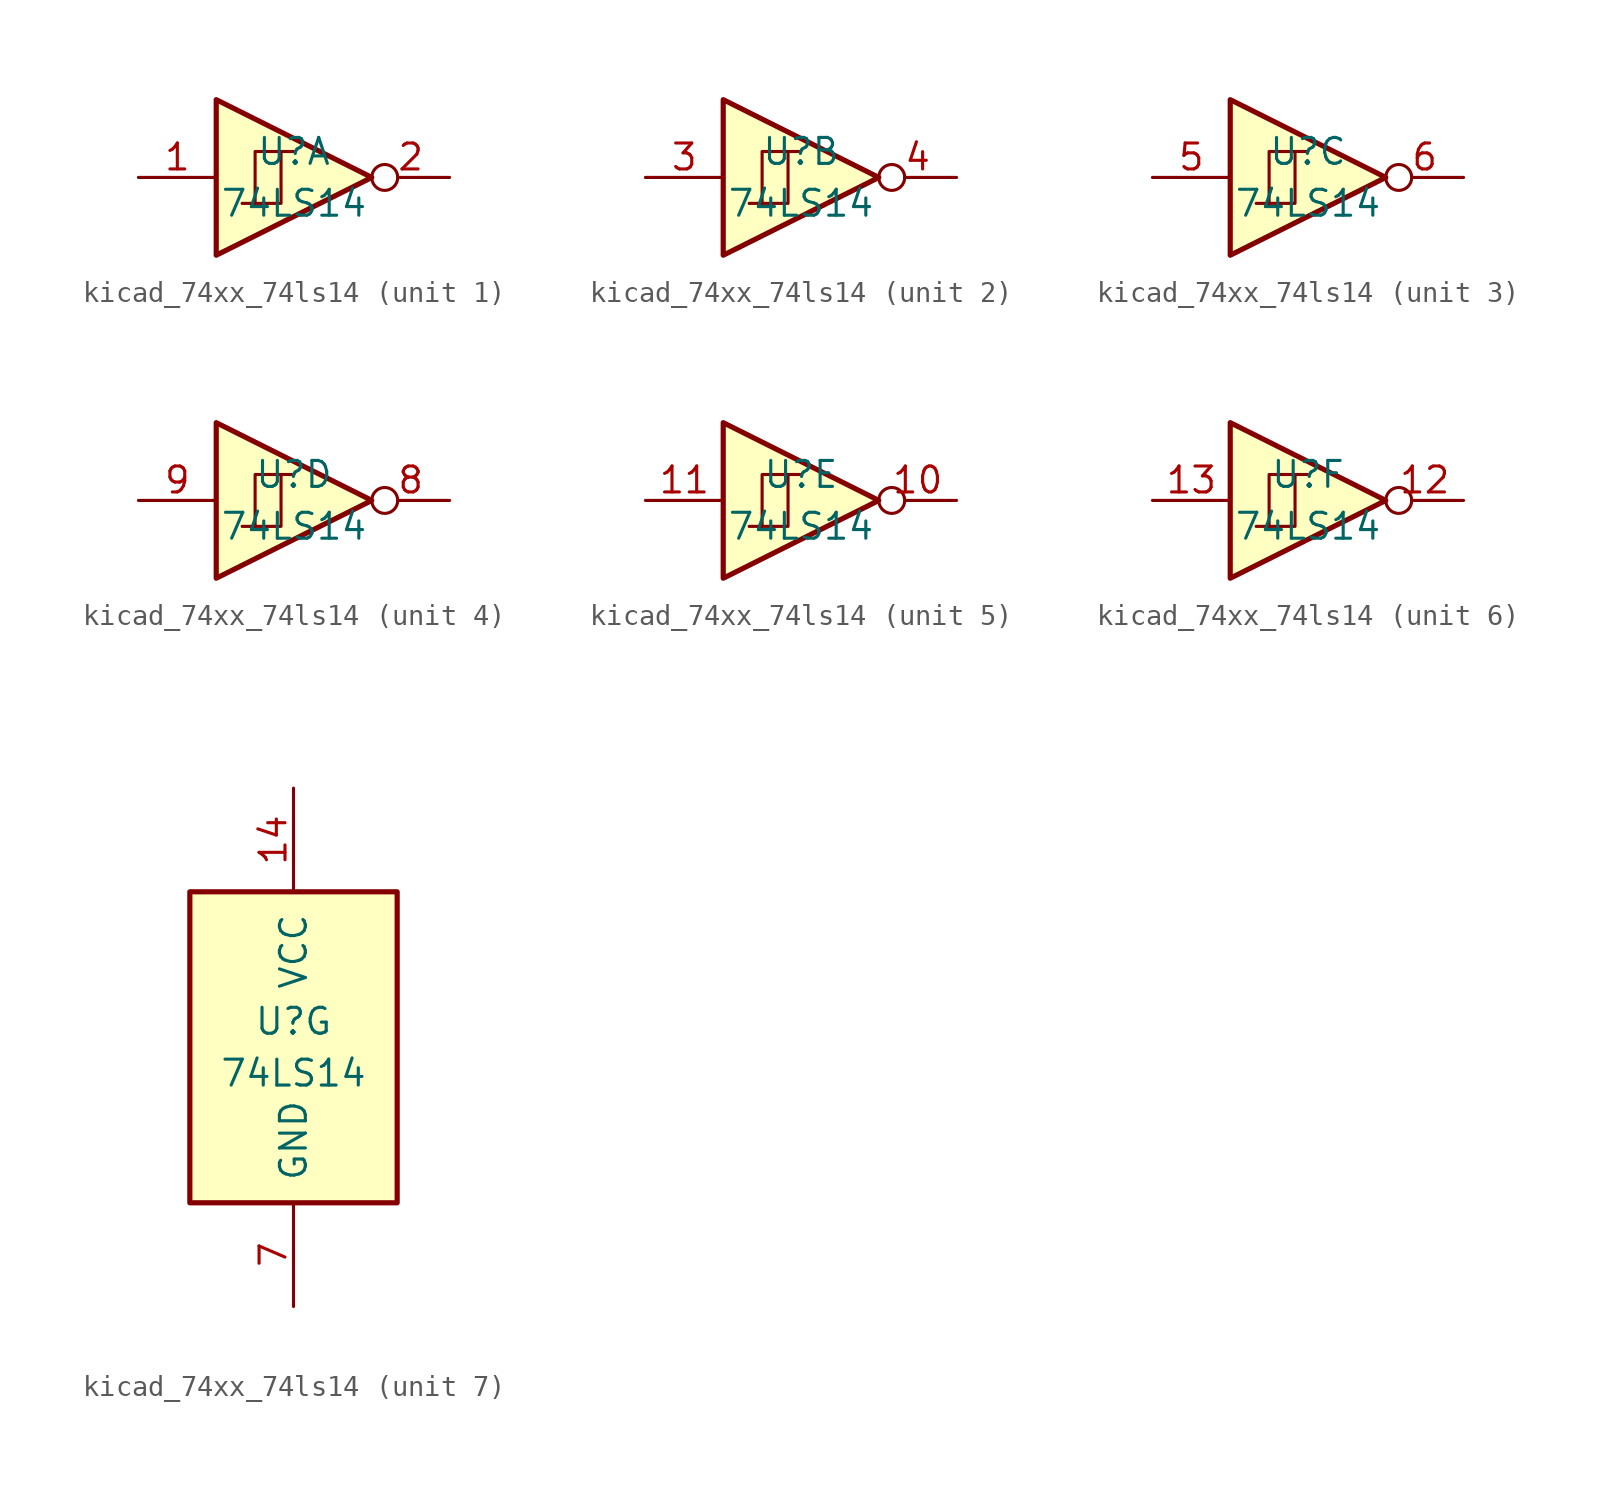
<source format=kicad_sym>
(kicad_symbol_lib
  (version 20220914)
  (generator kicad_symbol_editor)
  (symbol "kicad_74xx_74ls14"
    (pin_names
      (offset 1.016))
    (property "Reference" "U"
      (at 0 1.27 0)
      (effects (font (size 1.27 1.27))))
    (property "Value" "74LS14"
      (at 0 -1.27 0)
      (effects (font (size 1.27 1.27))))
    (property "ki_locked" ""
      (at 0 0 0)
      (effects (font (size 1.27 1.27))))
    (symbol "kicad_74xx_74ls14_1_0"
      (polyline (pts (xy -3.81 3.81) (xy -3.81 -3.81) (xy 3.81 0) (xy -3.81 3.81)) (stroke (width 0.254) (type default)) (fill (type background)))
      (pin input line (at -7.62 0 0) (length 3.81) (name "~" (effects (font (size 1.27 1.27)))) (number "1" (effects (font (size 1.27 1.27)))))
      (pin output inverted (at 7.62 0 180) (length 3.81) (name "~" (effects (font (size 1.27 1.27)))) (number "2" (effects (font (size 1.27 1.27))))))
    (symbol "kicad_74xx_74ls14_1_1"
      (polyline (pts (xy -1.905 -1.27) (xy -1.905 1.27) (xy -0.635 1.27)) (stroke (width 0) (type default)) (fill (type none)))
      (polyline (pts (xy -2.54 -1.27) (xy -0.635 -1.27) (xy -0.635 1.27) (xy 0 1.27)) (stroke (width 0) (type default)) (fill (type none))))
    (symbol "kicad_74xx_74ls14_2_0"
      (polyline (pts (xy -3.81 3.81) (xy -3.81 -3.81) (xy 3.81 0) (xy -3.81 3.81)) (stroke (width 0.254) (type default)) (fill (type background)))
      (pin input line (at -7.62 0 0) (length 3.81) (name "~" (effects (font (size 1.27 1.27)))) (number "3" (effects (font (size 1.27 1.27)))))
      (pin output inverted (at 7.62 0 180) (length 3.81) (name "~" (effects (font (size 1.27 1.27)))) (number "4" (effects (font (size 1.27 1.27))))))
    (symbol "kicad_74xx_74ls14_2_1"
      (polyline (pts (xy -1.905 -1.27) (xy -1.905 1.27) (xy -0.635 1.27)) (stroke (width 0) (type default)) (fill (type none)))
      (polyline (pts (xy -2.54 -1.27) (xy -0.635 -1.27) (xy -0.635 1.27) (xy 0 1.27)) (stroke (width 0) (type default)) (fill (type none))))
    (symbol "kicad_74xx_74ls14_3_0"
      (polyline (pts (xy -3.81 3.81) (xy -3.81 -3.81) (xy 3.81 0) (xy -3.81 3.81)) (stroke (width 0.254) (type default)) (fill (type background)))
      (pin input line (at -7.62 0 0) (length 3.81) (name "~" (effects (font (size 1.27 1.27)))) (number "5" (effects (font (size 1.27 1.27)))))
      (pin output inverted (at 7.62 0 180) (length 3.81) (name "~" (effects (font (size 1.27 1.27)))) (number "6" (effects (font (size 1.27 1.27))))))
    (symbol "kicad_74xx_74ls14_3_1"
      (polyline (pts (xy -1.905 -1.27) (xy -1.905 1.27) (xy -0.635 1.27)) (stroke (width 0) (type default)) (fill (type none)))
      (polyline (pts (xy -2.54 -1.27) (xy -0.635 -1.27) (xy -0.635 1.27) (xy 0 1.27)) (stroke (width 0) (type default)) (fill (type none))))
    (symbol "kicad_74xx_74ls14_4_0"
      (polyline (pts (xy -3.81 3.81) (xy -3.81 -3.81) (xy 3.81 0) (xy -3.81 3.81)) (stroke (width 0.254) (type default)) (fill (type background)))
      (pin output inverted (at 7.62 0 180) (length 3.81) (name "~" (effects (font (size 1.27 1.27)))) (number "8" (effects (font (size 1.27 1.27)))))
      (pin input line (at -7.62 0 0) (length 3.81) (name "~" (effects (font (size 1.27 1.27)))) (number "9" (effects (font (size 1.27 1.27))))))
    (symbol "kicad_74xx_74ls14_4_1"
      (polyline (pts (xy -1.905 -1.27) (xy -1.905 1.27) (xy -0.635 1.27)) (stroke (width 0) (type default)) (fill (type none)))
      (polyline (pts (xy -2.54 -1.27) (xy -0.635 -1.27) (xy -0.635 1.27) (xy 0 1.27)) (stroke (width 0) (type default)) (fill (type none))))
    (symbol "kicad_74xx_74ls14_5_0"
      (polyline (pts (xy -3.81 3.81) (xy -3.81 -3.81) (xy 3.81 0) (xy -3.81 3.81)) (stroke (width 0.254) (type default)) (fill (type background)))
      (pin output inverted (at 7.62 0 180) (length 3.81) (name "~" (effects (font (size 1.27 1.27)))) (number "10" (effects (font (size 1.27 1.27)))))
      (pin input line (at -7.62 0 0) (length 3.81) (name "~" (effects (font (size 1.27 1.27)))) (number "11" (effects (font (size 1.27 1.27))))))
    (symbol "kicad_74xx_74ls14_5_1"
      (polyline (pts (xy -1.905 -1.27) (xy -1.905 1.27) (xy -0.635 1.27)) (stroke (width 0) (type default)) (fill (type none)))
      (polyline (pts (xy -2.54 -1.27) (xy -0.635 -1.27) (xy -0.635 1.27) (xy 0 1.27)) (stroke (width 0) (type default)) (fill (type none))))
    (symbol "kicad_74xx_74ls14_6_0"
      (polyline (pts (xy -3.81 3.81) (xy -3.81 -3.81) (xy 3.81 0) (xy -3.81 3.81)) (stroke (width 0.254) (type default)) (fill (type background)))
      (pin output inverted (at 7.62 0 180) (length 3.81) (name "~" (effects (font (size 1.27 1.27)))) (number "12" (effects (font (size 1.27 1.27)))))
      (pin input line (at -7.62 0 0) (length 3.81) (name "~" (effects (font (size 1.27 1.27)))) (number "13" (effects (font (size 1.27 1.27))))))
    (symbol "kicad_74xx_74ls14_6_1"
      (polyline (pts (xy -1.905 -1.27) (xy -1.905 1.27) (xy -0.635 1.27)) (stroke (width 0) (type default)) (fill (type none)))
      (polyline (pts (xy -2.54 -1.27) (xy -0.635 -1.27) (xy -0.635 1.27) (xy 0 1.27)) (stroke (width 0) (type default)) (fill (type none))))
    (symbol "kicad_74xx_74ls14_7_0"
      (pin power_in line (at 0 12.7 270) (length 5.08) (name "VCC" (effects (font (size 1.27 1.27)))) (number "14" (effects (font (size 1.27 1.27)))))
      (pin power_in line (at 0 -12.7 90) (length 5.08) (name "GND" (effects (font (size 1.27 1.27)))) (number "7" (effects (font (size 1.27 1.27))))))
    (symbol "kicad_74xx_74ls14_7_1"
      (rectangle (start -5.08 7.62) (end 5.08 -7.62) (stroke (width 0.254) (type default)) (fill (type background))))))
</source>
